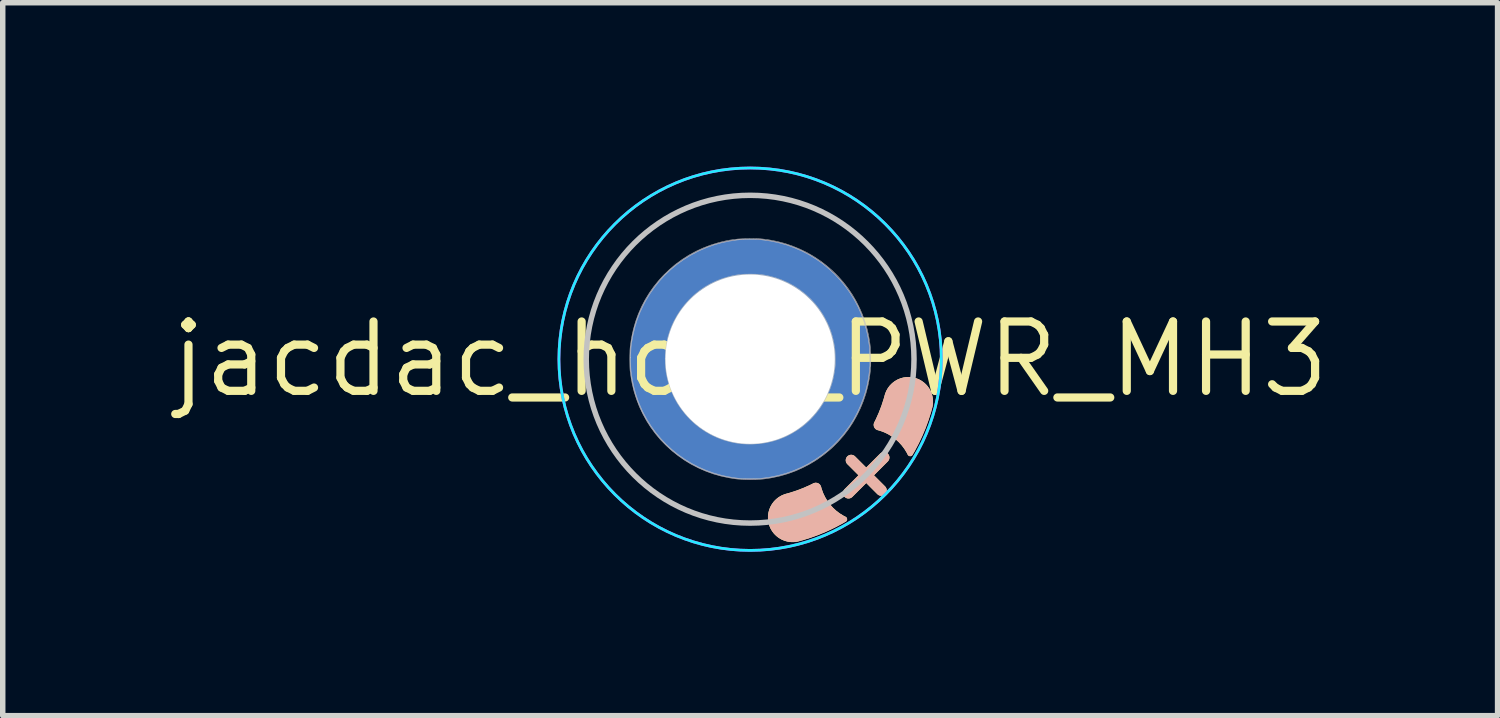
<source format=kicad_pcb>
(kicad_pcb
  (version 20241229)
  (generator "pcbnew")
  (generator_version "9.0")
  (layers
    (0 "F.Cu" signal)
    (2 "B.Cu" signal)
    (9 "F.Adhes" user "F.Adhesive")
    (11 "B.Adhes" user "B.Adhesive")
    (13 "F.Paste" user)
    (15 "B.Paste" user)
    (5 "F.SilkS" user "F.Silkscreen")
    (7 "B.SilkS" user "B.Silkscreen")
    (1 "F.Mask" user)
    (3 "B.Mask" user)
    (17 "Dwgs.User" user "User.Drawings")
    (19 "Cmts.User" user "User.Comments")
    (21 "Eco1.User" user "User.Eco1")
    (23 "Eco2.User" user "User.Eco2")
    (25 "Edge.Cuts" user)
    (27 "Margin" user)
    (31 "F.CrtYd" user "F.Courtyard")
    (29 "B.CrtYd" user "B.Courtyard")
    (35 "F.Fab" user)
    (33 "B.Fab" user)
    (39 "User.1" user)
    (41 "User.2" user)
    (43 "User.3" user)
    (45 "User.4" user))
  (footprint "jacdac_hole_PWR_MH3"
    (layer "F.Cu")
    (at 10.681 3.525)
    (property "Reference" "jacdac_hole_PWR_MH3" (at 0 0 0) (layer "F.SilkS") (effects (font (size 1.27 1.27) (thickness 0.15))))
    (attr through_hole exclude_from_bom)
    (fp_circle (center 0 0) (end 2.5 0) (stroke (width 0.1) (type solid)) (fill yes) (layer "F.Mask"))
    (fp_circle (center 0 0) (end -2.5 0) (stroke (width 0.1) (type solid)) (fill yes) (layer "B.Mask"))
    (fp_line (start 1.8 2.45) (end 2.45 1.8) (stroke (width 0.2) (type default)) (layer "F.SilkS"))
    (fp_line (start 1.85 1.85) (end 2.4 2.4) (stroke (width 0.2) (type default)) (layer "F.SilkS"))
    (fp_poly (pts (arc (start 0.659989 2.463111) (mid 0.341792 3.014246) (end 0.892926 3.332444)) (arc (start 0.892926 3.332444) (mid 1.334087 3.181621) (end 1.750884 2.972693)) (arc (start 1.750884 2.972693) (mid 1.775472 2.927688) (end 1.747498 2.884706)) (arc (start 1.747498 2.884706) (mid 1.463371 2.659468) (end 1.298959 2.336314)) (arc (start 1.298959 2.336314) (mid 1.243179 2.270384) (end 1.156844 2.27249)) (arc (start 1.156844 2.27249) (mid 0.913403 2.380797) (end 0.659989 2.463111))) (stroke (width 0) (type solid)) (fill yes) (layer "F.SilkS"))
    (fp_poly (pts (arc (start 2.27249 1.156844) (mid 2.380797 0.913403) (end 2.463111 0.659989)) (arc (start 2.463111 0.659989) (mid 3.014247 0.341791) (end 3.332444 0.892926)) (arc (start 3.332444 0.892926) (mid 3.181621 1.334087) (end 2.972693 1.750884)) (arc (start 2.972693 1.750884) (mid 2.927688 1.775472) (end 2.884706 1.747498)) (arc (start 2.884706 1.747498) (mid 2.659468 1.463371) (end 2.336314 1.298959)) (arc (start 2.336314 1.298959) (mid 2.270384 1.243179) (end 2.27249 1.156844))) (stroke (width 0) (type solid)) (fill yes) (layer "F.SilkS"))
    (fp_line (start 1.8 2.45) (end 2.45 1.8) (stroke (width 0.2) (type default)) (layer "B.SilkS"))
    (fp_line (start 1.85 1.85) (end 2.4 2.4) (stroke (width 0.2) (type default)) (layer "B.SilkS"))
    (fp_poly (pts (arc (start 0.659989 2.463111) (mid 0.341792 3.014246) (end 0.892926 3.332444)) (arc (start 0.892926 3.332444) (mid 1.334087 3.181621) (end 1.750884 2.972693)) (arc (start 1.750884 2.972693) (mid 1.775472 2.927688) (end 1.747498 2.884706)) (arc (start 1.747498 2.884706) (mid 1.463371 2.659468) (end 1.298959 2.336314)) (arc (start 1.298959 2.336314) (mid 1.243179 2.270384) (end 1.156844 2.27249)) (arc (start 1.156844 2.27249) (mid 0.913403 2.380797) (end 0.659989 2.463111))) (stroke (width 0) (type solid)) (fill yes) (layer "B.SilkS"))
    (fp_poly (pts (arc (start 2.27249 1.156844) (mid 2.380797 0.913403) (end 2.463111 0.659989)) (arc (start 2.463111 0.659989) (mid 3.014247 0.341791) (end 3.332444 0.892926)) (arc (start 3.332444 0.892926) (mid 3.181621 1.334087) (end 2.972693 1.750884)) (arc (start 2.972693 1.750884) (mid 2.927688 1.775472) (end 2.884706 1.747498)) (arc (start 2.884706 1.747498) (mid 2.659468 1.463371) (end 2.336314 1.298959)) (arc (start 2.336314 1.298959) (mid 2.270384 1.243179) (end 2.27249 1.156844))) (stroke (width 0) (type solid)) (fill yes) (layer "B.SilkS"))
    (fp_circle (center 0 0) (end 0 -3) (stroke (width 0.1) (type default)) (fill no) (layer "Dwgs.User"))
    (fp_poly (pts (xy -1.553 -0.051) (xy -1.545 -0.173) (xy -1.528 -0.291) (xy -1.503 -0.405) (xy -1.468 -0.517) (xy -1.424 -0.628) (xy -1.397 -0.686) (xy -1.337 -0.796) (xy -1.269 -0.901) (xy -1.194 -0.999) (xy -1.112 -1.09) (xy -1.023 -1.175) (xy -0.929 -1.252) (xy -0.828 -1.321) (xy -0.722 -1.382) (xy -0.611 -1.435) (xy -0.496 -1.478) (xy -0.377 -1.513) (xy -0.321 -1.526) (xy -0.278 -1.535) (xy -0.239 -1.542) (xy -0.204 -1.547) (xy -0.169 -1.551) (xy -0.133 -1.554) (xy -0.093 -1.556) (xy -0.047 -1.556) (xy 0.005 -1.557) (xy 0.061 -1.556) (xy 0.109 -1.555) (xy 0.152 -1.553) (xy 0.191 -1.549) (xy 0.23 -1.544) (xy 0.269 -1.538) (xy 0.312 -1.529) (xy 0.348 -1.521) (xy 0.466 -1.49) (xy 0.582 -1.448) (xy 0.695 -1.398) (xy 0.803 -1.339) (xy 0.907 -1.271) (xy 1.004 -1.195) (xy 1.019 -1.183) (xy 1.111 -1.097) (xy 1.195 -1.005) (xy 1.271 -0.906) (xy 1.339 -0.802) (xy 1.4 -0.69) (xy 1.401 -0.687) (xy 1.443 -0.596) (xy 1.477 -0.505) (xy 1.505 -0.413) (xy 1.528 -0.317) (xy 1.545 -0.221) (xy 1.549 -0.191) (xy 1.552 -0.158) (xy 1.554 -0.12) (xy 1.556 -0.076) (xy 1.557 -0.03) (xy 1.557 0.005) (xy 1.557 0.039) (xy 1.557 0.068) (xy 1.557 0.092) (xy 1.557 0.108) (xy 1.557 0.114) (xy 1.543 0.226) (xy 1.524 0.33) (xy 1.499 0.429) (xy 1.469 0.524) (xy 1.431 0.618) (xy 1.395 0.696) (xy 1.338 0.8) (xy 1.274 0.898) (xy 1.203 0.99) (xy 1.124 1.078) (xy 1.086 1.115) (xy 1.045 1.154) (xy 1.007 1.188) (xy 0.969 1.219) (xy 0.929 1.249) (xy 0.884 1.281) (xy 0.862 1.296) (xy 0.755 1.361) (xy 0.644 1.417) (xy 0.53 1.463) (xy 0.412 1.5) (xy 0.292 1.528) (xy 0.168 1.545) (xy 0.048 1.553) (xy -0.003 1.553) (xy -0.003 1.537) (xy 0.042 1.536) (xy 0.085 1.536) (xy 0.124 1.534) (xy 0.158 1.533) (xy 0.183 1.53) (xy 0.188 1.53) (xy 0.317 1.507) (xy 0.44 1.476) (xy 0.559 1.436) (xy 0.672 1.387) (xy 0.78 1.33) (xy 0.883 1.264) (xy 0.981 1.189) (xy 1.075 1.105) (xy 1.092 1.087) (xy 1.176 0.996) (xy 1.252 0.9) (xy 1.32 0.798) (xy 1.38 0.691) (xy 1.431 0.581) (xy 1.472 0.467) (xy 1.505 0.35) (xy 1.527 0.231) (xy 1.534 0.183) (xy 1.536 0.16) (xy 1.539 0.138) (xy 1.541 0.122) (xy 1.541 0.117) (xy 1.542 0.1) (xy 1.543 0.075) (xy 1.543 0.044) (xy 1.542 0.008) (xy 1.542 -0.031) (xy 1.54 -0.07) (xy 1.539 -0.109) (xy 1.537 -0.144) (xy 1.535 -0.175) (xy 1.533 -0.198) (xy 1.532 -0.208) (xy 1.511 -0.326) (xy 1.483 -0.437) (xy 1.448 -0.543) (xy 1.405 -0.646) (xy 1.354 -0.746) (xy 1.294 -0.845) (xy 1.288 -0.853) (xy 1.242 -0.92) (xy 1.194 -0.982) (xy 1.141 -1.042) (xy 1.092 -1.092) (xy 1.001 -1.177) (xy 0.903 -1.254) (xy 0.801 -1.322) (xy 0.694 -1.381) (xy 0.583 -1.432) (xy 0.468 -1.474) (xy 0.35 -1.505) (xy 0.302 -1.516) (xy 0.26 -1.523) (xy 0.224 -1.529) (xy 0.192 -1.534) (xy 0.16 -1.537) (xy 0.127 -1.54) (xy 0.091 -1.541) (xy 0.048 -1.542) (xy 0.003 -1.542) (xy -0.049 -1.541) (xy -0.095 -1.54) (xy -0.134 -1.539) (xy -0.165 -1.537) (xy -0.183 -1.535) (xy -0.302 -1.515) (xy -0.415 -1.488) (xy -0.522 -1.454) (xy -0.625 -1.412) (xy -0.726 -1.362) (xy -0.825 -1.303) (xy -0.848 -1.288) (xy -0.915 -1.242) (xy -0.977 -1.194) (xy -1.037 -1.141) (xy -1.087 -1.092) (xy -1.173 -1) (xy -1.25 -0.903) (xy -1.318 -0.801) (xy -1.377 -0.694) (xy -1.427 -0.582) (xy -1.468 -0.465) (xy -1.501 -0.343) (xy -1.526 -0.216) (xy -1.53 -0.188) (xy -1.532 -0.164) (xy -1.534 -0.132) (xy -1.535 -0.094) (xy -1.536 -0.052) (xy -1.537 -0.007) (xy -1.536 0.037) (xy -1.536 0.08) (xy -1.534 0.119) (xy -1.533 0.153) (xy -1.53 0.179) (xy -1.53 0.183) (xy -1.507 0.312) (xy -1.476 0.435) (xy -1.436 0.554) (xy -1.387 0.667) (xy -1.33 0.775) (xy -1.264 0.878) (xy -1.189 0.976) (xy -1.105 1.069) (xy -1.087 1.087) (xy -0.995 1.173) (xy -0.898 1.25) (xy -0.796 1.317) (xy -0.69 1.376) (xy -0.578 1.427) (xy -0.461 1.468) (xy -0.339 1.501) (xy -0.211 1.526) (xy -0.183 1.53) (xy -0.159 1.532) (xy -0.127 1.534) (xy -0.089 1.536) (xy -0.047 1.536) (xy -0.003 1.537) (xy -0.003 1.553) (xy -0.045 1.553) (xy -0.132 1.549) (xy -0.217 1.54) (xy -0.303 1.525) (xy -0.373 1.509) (xy -0.49 1.476) (xy -0.604 1.433) (xy -0.714 1.381) (xy -0.819 1.321) (xy -0.92 1.253) (xy -1.015 1.177) (xy -1.103 1.094) (xy -1.186 1.004) (xy -1.261 0.908) (xy -1.329 0.807) (xy -1.388 0.7) (xy -1.39 0.696) (xy -1.441 0.583) (xy -1.483 0.469) (xy -1.514 0.354) (xy -1.537 0.237) (xy -1.55 0.116) (xy -1.554 -0.008) (xy -1.553 -0.051)) (stroke (width 0.01) (type solid)) (fill no) (layer "Dwgs.User"))
    (fp_poly (pts (xy -2.202 -0.064) (xy -2.2 -0.115) (xy -2.199 -0.162) (xy -2.196 -0.203) (xy -2.193 -0.237) (xy -2.193 -0.24) (xy -2.17 -0.392) (xy -2.138 -0.54) (xy -2.097 -0.684) (xy -2.047 -0.823) (xy -1.988 -0.959) (xy -1.92 -1.089) (xy -1.843 -1.215) (xy -1.758 -1.335) (xy -1.665 -1.449) (xy -1.589 -1.532) (xy -1.479 -1.638) (xy -1.365 -1.736) (xy -1.245 -1.824) (xy -1.12 -1.904) (xy -0.99 -1.975) (xy -0.855 -2.037) (xy -0.716 -2.09) (xy -0.573 -2.134) (xy -0.534 -2.144) (xy -0.454 -2.163) (xy -0.378 -2.178) (xy -0.304 -2.189) (xy -0.23 -2.198) (xy -0.153 -2.203) (xy -0.07 -2.206) (xy -0.003 -2.207) (xy 0.055 -2.207) (xy 0.104 -2.206) (xy 0.148 -2.205) (xy 0.188 -2.203) (xy 0.226 -2.199) (xy 0.265 -2.195) (xy 0.307 -2.189) (xy 0.343 -2.184) (xy 0.489 -2.156) (xy 0.631 -2.119) (xy 0.77 -2.072) (xy 0.904 -2.017) (xy 1.035 -1.954) (xy 1.16 -1.882) (xy 1.281 -1.802) (xy 1.395 -1.715) (xy 1.504 -1.621) (xy 1.607 -1.519) (xy 1.703 -1.411) (xy 1.791 -1.297) (xy 1.873 -1.176) (xy 1.946 -1.05) (xy 2.011 -0.918) (xy 2.054 -0.818) (xy 2.1 -0.69) (xy 2.138 -0.563) (xy 2.168 -0.434) (xy 2.19 -0.3) (xy 2.197 -0.244) (xy 2.199 -0.222) (xy 2.201 -0.192) (xy 2.203 -0.156) (xy 2.205 -0.116) (xy 2.206 -0.073) (xy 2.207 -0.03) (xy 2.208 0.012) (xy 2.208 0.051) (xy 2.208 0.085) (xy 2.208 0.113) (xy 2.207 0.132) (xy 2.202 0.185) (xy 2.198 0.231) (xy 2.193 0.27) (xy 2.188 0.307) (xy 2.184 0.338) (xy 2.156 0.483) (xy 2.119 0.626) (xy 2.072 0.766) (xy 2.016 0.902) (xy 1.951 1.034) (xy 1.878 1.162) (xy 1.797 1.284) (xy 1.707 1.401) (xy 1.61 1.511) (xy 1.505 1.616) (xy 1.463 1.653) (xy 1.348 1.748) (xy 1.227 1.835) (xy 1.1 1.913) (xy 0.969 1.982) (xy 0.834 2.043) (xy 0.695 2.094) (xy 0.552 2.136) (xy 0.406 2.168) (xy 0.343 2.179) (xy 0.298 2.185) (xy 0.257 2.191) (xy 0.218 2.195) (xy 0.179 2.198) (xy 0.139 2.2) (xy 0.094 2.201) (xy 0.043 2.202) (xy -0.003 2.202) (xy -0.013 2.202) (xy -0.013 2.187) (xy 0.037 2.187) (xy 0.086 2.186) (xy 0.131 2.185) (xy 0.171 2.183) (xy 0.204 2.181) (xy 0.218 2.18) (xy 0.368 2.159) (xy 0.515 2.129) (xy 0.658 2.089) (xy 0.798 2.04) (xy 0.932 1.982) (xy 1.063 1.916) (xy 1.188 1.841) (xy 1.308 1.758) (xy 1.423 1.667) (xy 1.531 1.568) (xy 1.633 1.462) (xy 1.729 1.348) (xy 1.817 1.227) (xy 1.828 1.211) (xy 1.899 1.096) (xy 1.964 0.975) (xy 2.021 0.85) (xy 2.071 0.721) (xy 2.113 0.591) (xy 2.146 0.459) (xy 2.17 0.328) (xy 2.184 0.213) (xy 2.186 0.188) (xy 2.189 0.164) (xy 2.19 0.146) (xy 2.192 0.135) (xy 2.192 0.135) (xy 2.193 0.12) (xy 2.193 0.097) (xy 2.193 0.067) (xy 2.193 0.032) (xy 2.193 -0.007) (xy 2.192 -0.047) (xy 2.19 -0.089) (xy 2.189 -0.129) (xy 2.188 -0.166) (xy 2.186 -0.199) (xy 2.184 -0.226) (xy 2.182 -0.244) (xy 2.159 -0.395) (xy 2.127 -0.542) (xy 2.086 -0.685) (xy 2.035 -0.824) (xy 1.976 -0.959) (xy 1.907 -1.089) (xy 1.829 -1.214) (xy 1.743 -1.334) (xy 1.648 -1.449) (xy 1.552 -1.552) (xy 1.442 -1.654) (xy 1.327 -1.749) (xy 1.206 -1.834) (xy 1.081 -1.911) (xy 0.95 -1.979) (xy 0.815 -2.038) (xy 0.676 -2.089) (xy 0.533 -2.129) (xy 0.386 -2.161) (xy 0.236 -2.183) (xy 0.218 -2.185) (xy 0.186 -2.188) (xy 0.146 -2.19) (xy 0.099 -2.191) (xy 0.049 -2.192) (xy -0.004 -2.192) (xy -0.056 -2.192) (xy -0.107 -2.19) (xy -0.154 -2.189) (xy -0.195 -2.187) (xy -0.229 -2.184) (xy -0.236 -2.183) (xy -0.383 -2.161) (xy -0.523 -2.131) (xy -0.659 -2.093) (xy -0.791 -2.046) (xy -0.919 -1.991) (xy -0.964 -1.97) (xy -1.096 -1.899) (xy -1.222 -1.82) (xy -1.342 -1.734) (xy -1.456 -1.639) (xy -1.562 -1.538) (xy -1.662 -1.429) (xy -1.754 -1.313) (xy -1.839 -1.191) (xy -1.916 -1.063) (xy -1.956 -0.986) (xy -2.015 -0.86) (xy -2.065 -0.731) (xy -2.107 -0.597) (xy -2.141 -0.459) (xy -2.168 -0.315) (xy -2.178 -0.241) (xy -2.181 -0.212) (xy -2.183 -0.174) (xy -2.185 -0.13) (xy -2.186 -0.082) (xy -2.187 -0.031) (xy -2.187 0.021) (xy -2.187 0.071) (xy -2.186 0.118) (xy -2.184 0.16) (xy -2.182 0.195) (xy -2.18 0.216) (xy -2.159 0.366) (xy -2.129 0.51) (xy -2.09 0.649) (xy -2.044 0.784) (xy -1.988 0.915) (xy -1.966 0.963) (xy -1.896 1.093) (xy -1.818 1.218) (xy -1.733 1.337) (xy -1.64 1.449) (xy -1.54 1.555) (xy -1.433 1.654) (xy -1.32 1.745) (xy -1.201 1.829) (xy -1.077 1.905) (xy -0.947 1.973) (xy -0.813 2.032) (xy -0.675 2.082) (xy -0.533 2.123) (xy -0.531 2.124) (xy -0.472 2.137) (xy -0.406 2.151) (xy -0.338 2.163) (xy -0.272 2.173) (xy -0.216 2.18) (xy -0.188 2.183) (xy -0.152 2.184) (xy -0.109 2.186) (xy -0.062 2.187) (xy -0.013 2.187) (xy -0.013 2.202) (xy -0.064 2.202) (xy -0.117 2.2) (xy -0.165 2.198) (xy -0.21 2.195) (xy -0.253 2.191) (xy -0.298 2.185) (xy -0.347 2.177) (xy -0.382 2.171) (xy -0.526 2.141) (xy -0.667 2.101) (xy -0.804 2.052) (xy -0.938 1.994) (xy -1.068 1.928) (xy -1.193 1.853) (xy -1.312 1.77) (xy -1.426 1.68) (xy -1.534 1.582) (xy -1.636 1.478) (xy -1.73 1.366) (xy -1.817 1.248) (xy -1.891 1.133) (xy -1.963 1.002) (xy -2.026 0.869) (xy -2.079 0.731) (xy -2.124 0.59) (xy -2.159 0.445) (xy -2.185 0.295) (xy -2.196 0.211) (xy -2.198 0.179) (xy -2.2 0.139) (xy -2.201 0.092) (xy -2.202 0.042) (xy -2.202 -0.011) (xy -2.202 -0.064)) (stroke (width 0.01) (type solid)) (fill no) (layer "Dwgs.User"))
    (fp_circle (center 0 0) (end 3.5 0) (stroke (width 0.05) (type default)) (fill no) (layer "B.CrtYd"))
    (fp_circle (center 0 0) (end 3.5 0) (stroke (width 0.05) (type default)) (fill no) (layer "F.CrtYd"))
    (pad "MH3" thru_hole circle (at 0 0 90) (size 4.4 4.4) (drill 3.1) (layers "*.Cu" "*.Mask"))
    (zone (net_name "") (layers "F.Cu" "B.Cu") (hatch edge 0.508) (connect_pads) (min_thickness 0.254) (filled_areas_thickness no) (keepout (tracks allowed) (vias allowed) (pads allowed) (copperpour not_allowed) (footprints allowed)) (placement (enabled no)) (fill) (polygon (pts (xy 10.681 0.52) (xy 10.332 0.54) (xy 9.988 0.601) (xy 9.654 0.701) (xy 9.333 0.84) (xy 9.03 1.014) (xy 8.75 1.223) (xy 8.496 1.463) (xy 8.271 1.73) (xy 8.079 2.022) (xy 7.922 2.335) (xy 7.802 2.663) (xy 7.722 3.003) (xy 7.681 3.35) (xy 7.681 3.7) (xy 7.722 4.047) (xy 7.802 4.387) (xy 7.922 4.715) (xy 8.079 5.028) (xy 8.271 5.32) (xy 8.496 5.587) (xy 8.75 5.827) (xy 9.03 6.036) (xy 9.333 6.21) (xy 9.654 6.349) (xy 9.988 6.449) (xy 10.332 6.51) (xy 10.681 6.53) (xy 11.03 6.51) (xy 11.374 6.449) (xy 11.709 6.349) (xy 12.03 6.21) (xy 12.333 6.036) (xy 12.613 5.827) (xy 12.867 5.587) (xy 13.092 5.32) (xy 13.284 5.028) (xy 13.441 4.715) (xy 13.56 4.387) (xy 13.641 4.047) (xy 13.681 3.7) (xy 13.681 3.35) (xy 13.641 3.003) (xy 13.56 2.663) (xy 13.441 2.335) (xy 13.284 2.022) (xy 13.092 1.73) (xy 12.867 1.463) (xy 12.613 1.223) (xy 12.333 1.014) (xy 12.03 0.84) (xy 11.709 0.701) (xy 11.374 0.601) (xy 11.03 0.54)))))
  (gr_rect
    (start -3 -3)
    (end 24.363 10.05)
    (stroke (width 0.1) (type default))
    (fill no)
    (layer "Edge.Cuts")))
</source>
